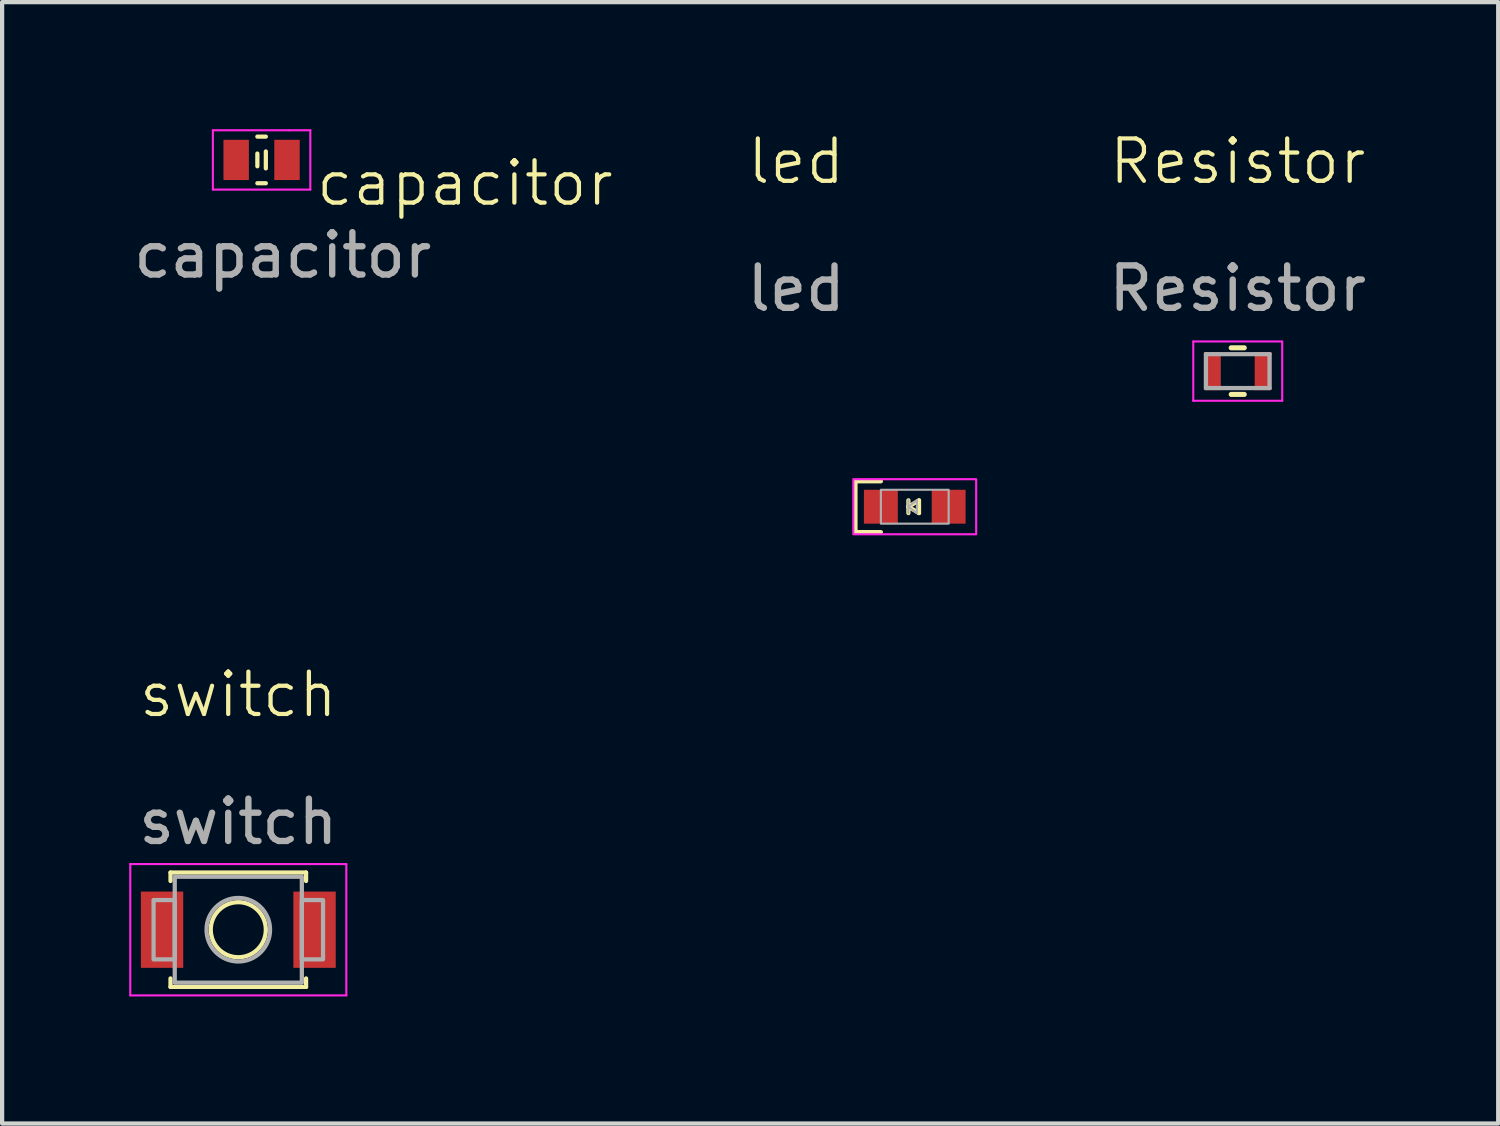
<source format=kicad_pcb>
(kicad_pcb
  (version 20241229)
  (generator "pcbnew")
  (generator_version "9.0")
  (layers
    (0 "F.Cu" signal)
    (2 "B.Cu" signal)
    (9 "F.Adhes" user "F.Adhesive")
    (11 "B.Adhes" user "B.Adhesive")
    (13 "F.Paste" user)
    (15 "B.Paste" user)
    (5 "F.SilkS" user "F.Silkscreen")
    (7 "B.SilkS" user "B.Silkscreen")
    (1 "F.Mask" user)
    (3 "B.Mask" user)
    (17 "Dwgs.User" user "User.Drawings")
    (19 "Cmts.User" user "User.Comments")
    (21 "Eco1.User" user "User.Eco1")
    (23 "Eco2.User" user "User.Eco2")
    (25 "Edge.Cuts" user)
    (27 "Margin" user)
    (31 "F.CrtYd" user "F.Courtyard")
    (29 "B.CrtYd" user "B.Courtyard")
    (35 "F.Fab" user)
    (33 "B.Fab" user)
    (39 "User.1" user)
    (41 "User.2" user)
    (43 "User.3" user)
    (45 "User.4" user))
  (footprint "capacitor"
    (layer "F.Cu")
    (at 3.825 1.425)
    (property "Reference" "capacitor" (at 4.1 -0.15 0) (unlocked yes) (layer "F.SilkS") (effects (font (size 1 1) (thickness 0.1))))
    (attr smd)
    (fp_line (start -0.8 -0.85) (end -0.8 -0.55) (stroke (width 0.1) (type default)) (layer "F.SilkS"))
    (fp_line (start -0.6 -1.25) (end -0.8 -1.25) (stroke (width 0.1) (type default)) (layer "F.SilkS"))
    (fp_line (start -0.6 -0.9) (end -0.6 -0.5) (stroke (width 0.1) (type default)) (layer "F.SilkS"))
    (fp_line (start -0.6 -0.15) (end -0.8 -0.15) (stroke (width 0.1) (type default)) (layer "F.SilkS"))
    (fp_line (start -1.85 -1.4) (end -0.05 -1.4) (stroke (width 0.05) (type default)) (layer "F.CrtYd"))
    (fp_line (start -1.85 0) (end -1.85 -1.4) (stroke (width 0.05) (type default)) (layer "F.CrtYd"))
    (fp_line (start -0.05 -1.4) (end 0.45 -1.4) (stroke (width 0.05) (type default)) (layer "F.CrtYd"))
    (fp_line (start 0.45 -1.4) (end 0.45 0) (stroke (width 0.05) (type default)) (layer "F.CrtYd"))
    (fp_line (start 0.45 0) (end -1.85 0) (stroke (width 0.05) (type default)) (layer "F.CrtYd"))
    (fp_text user "${REFERENCE}" (at -0.2 1.55 0) (unlocked yes) (layer "F.Fab") (effects (font (size 1 1) (thickness 0.15))))
    (pad "1" smd rect (at -1.3 -0.7) (size 0.6 0.95) (layers "F.Cu" "F.Mask" "F.Paste"))
    (pad "2" smd rect (at -0.1 -0.7) (size 0.6 0.95) (layers "F.Cu" "F.Mask" "F.Paste")))
  (footprint "switch"
    (layer "F.Cu")
    (at 2.575 13.846)
    (property "Reference" "switch" (at 0 -0.5 0) (unlocked yes) (layer "F.SilkS") (effects (font (size 1 1) (thickness 0.1))))
    (attr smd)
    (fp_line (start -1.6 3.7) (end 1.6 3.7) (stroke (width 0.1) (type default)) (layer "F.SilkS"))
    (fp_line (start -1.6 3.9) (end -1.6 3.7) (stroke (width 0.1) (type default)) (layer "F.SilkS"))
    (fp_line (start -1.6 6.2) (end -1.6 6.4) (stroke (width 0.1) (type default)) (layer "F.SilkS"))
    (fp_line (start -1.6 6.4) (end 1.6 6.4) (stroke (width 0.1) (type default)) (layer "F.SilkS"))
    (fp_line (start 1.6 3.7) (end 1.6 3.9) (stroke (width 0.1) (type default)) (layer "F.SilkS"))
    (fp_line (start 1.6 6.4) (end 1.6 6.2) (stroke (width 0.1) (type default)) (layer "F.SilkS"))
    (fp_circle (center 0 5.05) (end 0.6 4.8) (stroke (width 0.1) (type default)) (fill no) (layer "F.SilkS"))
    (fp_line (start -2.55 3.5) (end -2.55 6.6) (stroke (width 0.05) (type default)) (layer "F.CrtYd"))
    (fp_line (start -2.55 6.6) (end 2.55 6.6) (stroke (width 0.05) (type default)) (layer "F.CrtYd"))
    (fp_line (start 2.55 3.5) (end -2.55 3.5) (stroke (width 0.05) (type default)) (layer "F.CrtYd"))
    (fp_line (start 2.55 6.6) (end 2.55 3.5) (stroke (width 0.05) (type default)) (layer "F.CrtYd"))
    (fp_rect (start -2 4.35) (end -1.5 5.75) (stroke (width 0.1) (type default)) (fill no) (layer "F.Fab"))
    (fp_rect (start -1.5 3.8) (end 1.5 6.3) (stroke (width 0.1) (type default)) (fill no) (layer "F.Fab"))
    (fp_rect (start 1.5 4.35) (end 2 5.75) (stroke (width 0.1) (type default)) (fill no) (layer "F.Fab"))
    (fp_circle (center 0 5.05) (end 0.75 5.05) (stroke (width 0.1) (type solid)) (fill no) (layer "F.Fab"))
    (fp_text user "${REFERENCE}" (at 0 2.5 0) (unlocked yes) (layer "F.Fab") (effects (font (size 1 1) (thickness 0.15))))
    (pad "1" smd rect (at -1.8 5.05) (size 1 1.8) (layers "F.Cu" "F.Mask" "F.Paste"))
    (pad "2" smd rect (at 1.8 5.05) (size 1 1.8) (layers "F.Cu" "F.Mask" "F.Paste")))
  (footprint "Resistor"
    (layer "F.Cu")
    (at 26.167 1.26)
    (property "Reference" "Resistor" (at 0 -0.5 0) (unlocked yes) (layer "F.SilkS") (effects (font (size 1 1) (thickness 0.1))))
    (attr smd)
    (fp_line (start -0.154 3.9) (end 0.154 3.9) (stroke (width 0.12) (type solid)) (layer "F.SilkS"))
    (fp_line (start -0.154 5) (end 0.154 5) (stroke (width 0.12) (type solid)) (layer "F.SilkS"))
    (fp_line (start -1.05 3.75) (end 1.05 3.75) (stroke (width 0.05) (type solid)) (layer "F.CrtYd"))
    (fp_line (start -1.05 5.15) (end -1.05 3.75) (stroke (width 0.05) (type solid)) (layer "F.CrtYd"))
    (fp_line (start 1.05 3.76) (end 1.05 5.15) (stroke (width 0.05) (type solid)) (layer "F.CrtYd"))
    (fp_line (start 1.05 5.15) (end -1.05 5.15) (stroke (width 0.05) (type solid)) (layer "F.CrtYd"))
    (fp_line (start -0.75 4.05) (end 0.75 4.05) (stroke (width 0.1) (type solid)) (layer "F.Fab"))
    (fp_line (start -0.75 4.85) (end -0.75 4.05) (stroke (width 0.1) (type solid)) (layer "F.Fab"))
    (fp_line (start 0.75 4.05) (end 0.75 4.85) (stroke (width 0.1) (type solid)) (layer "F.Fab"))
    (fp_line (start 0.75 4.85) (end -0.75 4.85) (stroke (width 0.1) (type solid)) (layer "F.Fab"))
    (fp_text user "${REFERENCE}" (at 0 2.5 0) (unlocked yes) (layer "F.Fab") (effects (font (size 1 1) (thickness 0.15))))
    (pad "1" smd rect (at -0.6 4.45) (size 0.4 0.9) (layers "F.Cu" "F.Mask" "F.Paste"))
    (pad "2" smd rect (at 0.6 4.45) (size 0.4 0.9) (layers "F.Cu" "F.Mask" "F.Paste")))
  (footprint "led"
    (layer "F.Cu")
    (at 18.543 8.911)
    (property "Reference" "led" (at -2.8 -8.15 0) (unlocked yes) (layer "F.SilkS") (effects (font (size 1 1) (thickness 0.1))))
    (attr smd)
    (fp_line (start -1.4 -0.6) (end -1.4 0.6) (stroke (width 0.1) (type default)) (layer "F.SilkS"))
    (fp_line (start -1.4 0.6) (end -0.8 0.6) (stroke (width 0.1) (type default)) (layer "F.SilkS"))
    (fp_line (start -0.8 -0.6) (end -1.4 -0.6) (stroke (width 0.1) (type default)) (layer "F.SilkS"))
    (fp_line (start -0.15 -0.15) (end -0.15 0.15) (stroke (width 0.1) (type default)) (layer "F.SilkS"))
    (fp_line (start -0.15 0) (end 0.1 -0.15) (stroke (width 0.1) (type default)) (layer "F.SilkS"))
    (fp_line (start 0.1 -0.15) (end 0.1 0.15) (stroke (width 0.1) (type default)) (layer "F.SilkS"))
    (fp_line (start 0.1 0.15) (end -0.15 0) (stroke (width 0.1) (type default)) (layer "F.SilkS"))
    (fp_rect (start -1.45 -0.65) (end 1.45 0.65) (stroke (width 0.05) (type default)) (fill no) (layer "F.CrtYd"))
    (fp_line (start -0.15 0) (end 0.05 -0.15) (stroke (width 0.05) (type solid)) (layer "F.Fab"))
    (fp_line (start -0.15 0.15) (end -0.15 -0.15) (stroke (width 0.05) (type solid)) (layer "F.Fab"))
    (fp_line (start 0.05 -0.15) (end 0.05 0.15) (stroke (width 0.05) (type solid)) (layer "F.Fab"))
    (fp_line (start 0.05 0.15) (end -0.15 0) (stroke (width 0.05) (type solid)) (layer "F.Fab"))
    (fp_rect (start -0.8 -0.4) (end 0.8 0.4) (stroke (width 0.05) (type solid)) (fill no) (layer "F.Fab"))
    (fp_text user "${REFERENCE}" (at -2.8 -5.15 0) (unlocked yes) (layer "F.Fab") (effects (font (size 1 1) (thickness 0.15))))
    (pad "1" smd rect (at -0.8 0) (size 0.8 0.8) (layers "F.Cu" "F.Mask" "F.Paste"))
    (pad "2" smd rect (at 0.8 0) (size 0.8 0.8) (layers "F.Cu" "F.Mask" "F.Paste")))
  (gr_rect
    (start -3 -3)
    (end 32.315 23.471)
    (stroke (width 0.1) (type default))
    (fill no)
    (layer "Edge.Cuts")))
</source>
